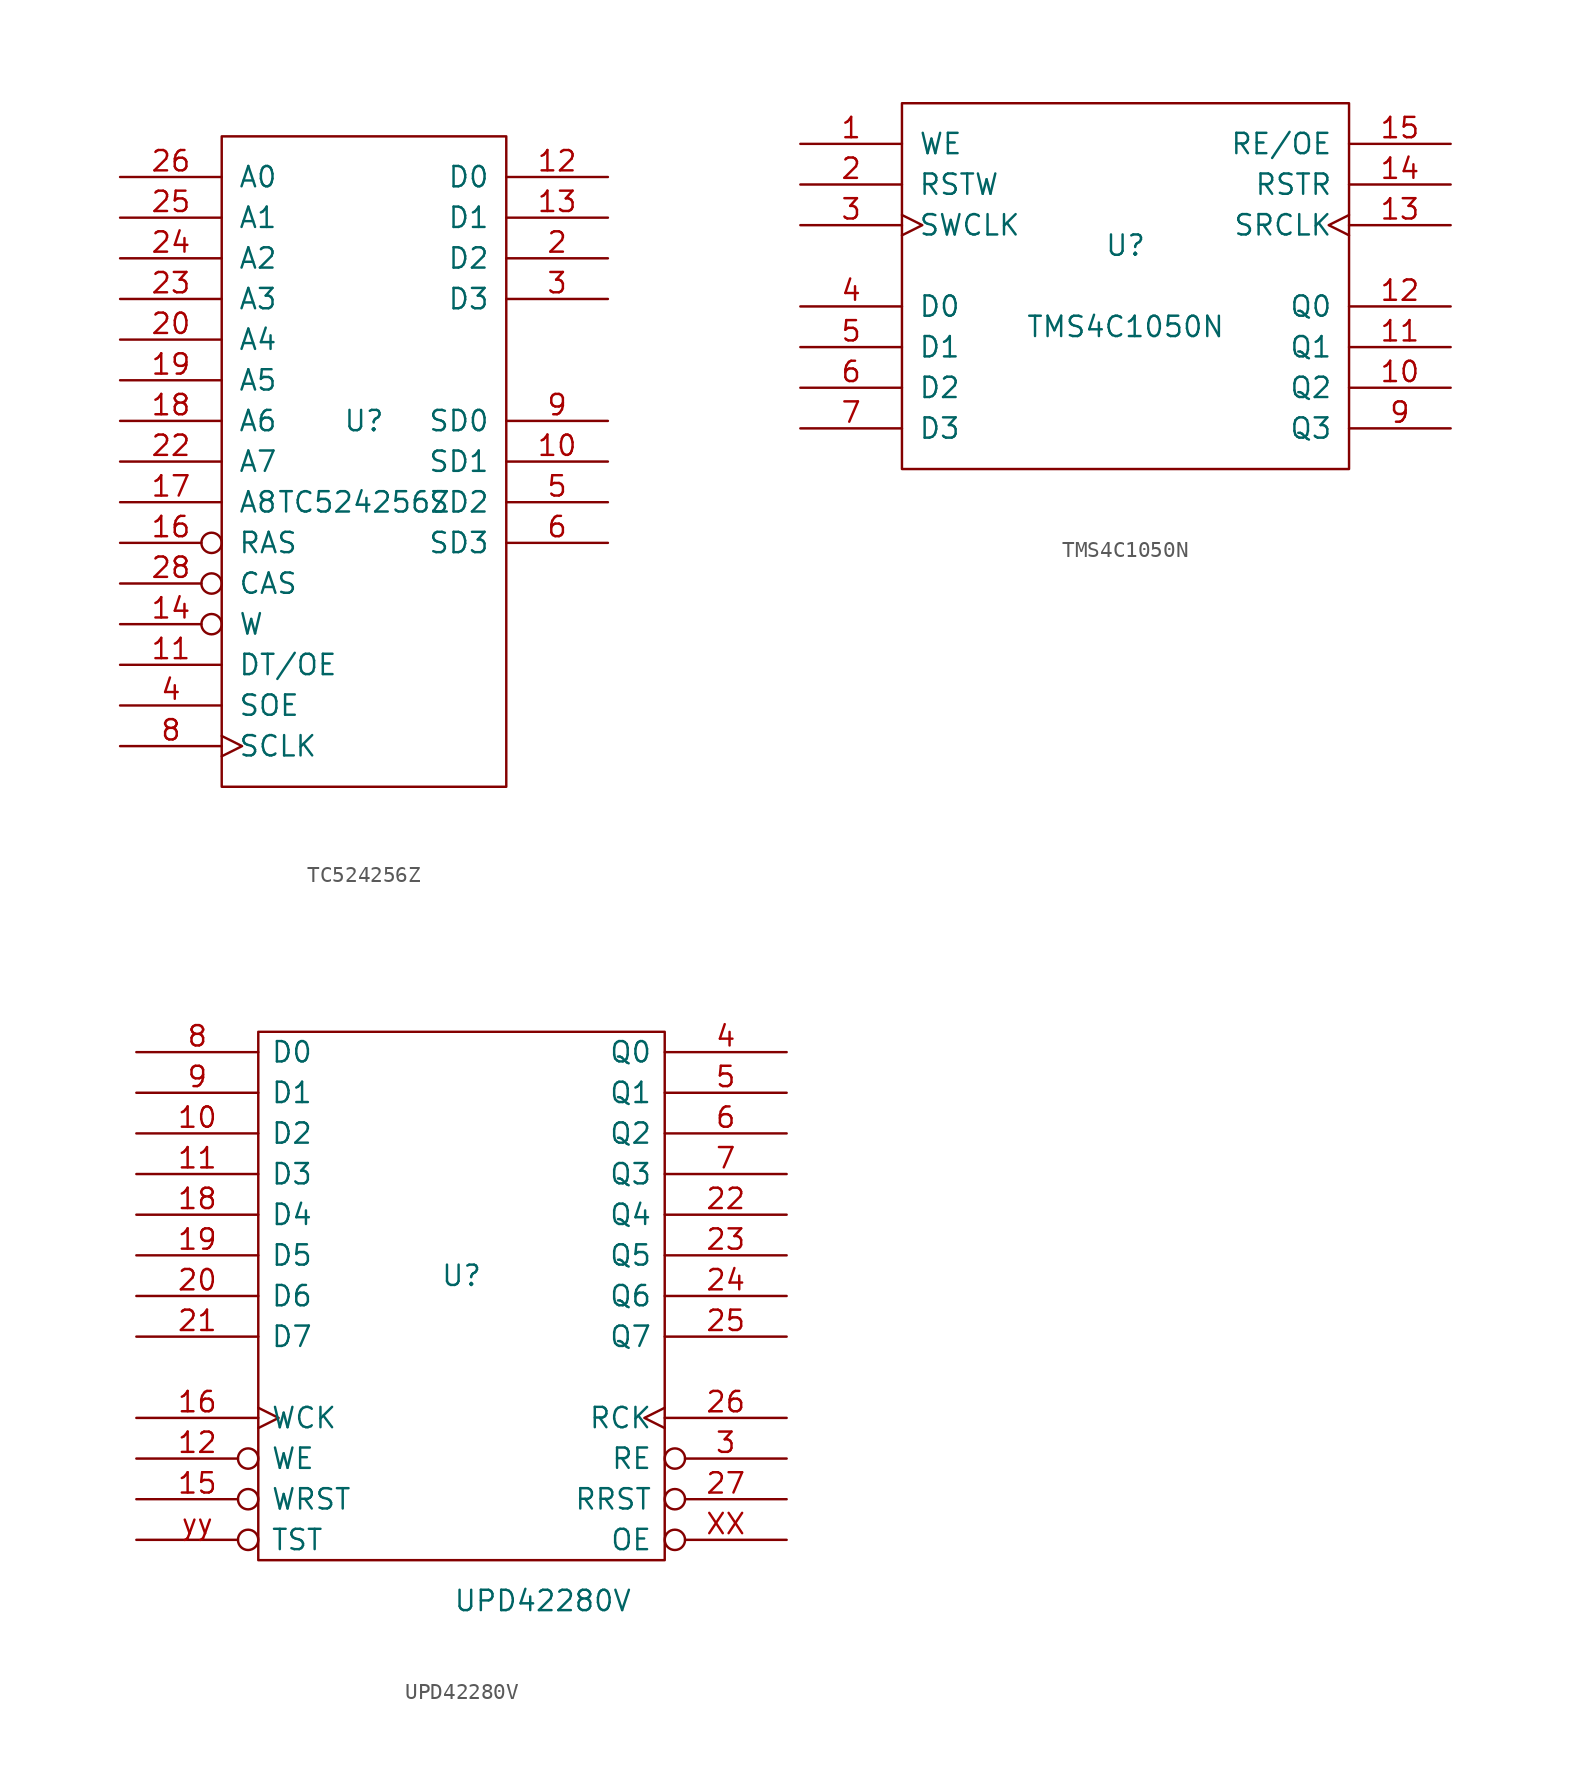
<source format=kicad_sym>
(kicad_symbol_lib
  (version 20231120)
  (generator "kicad_symbol_editor")
  (generator_version "8.0")
  (symbol "TC524256Z"
    (pin_names
      (offset 1.016))
    (property "Reference" "U"
      (at 0 2.54 0)
      (effects (font (size 1.27 1.27))))
    (property "Value" "TC524256Z"
      (at 0 -2.54 0)
      (effects (font (size 1.27 1.27))))
    (property "Footprint" ""
      (at 0 0 0)
      (effects (font (size 1.27 1.27))))
    (property "Datasheet" ""
      (at 0 0 0)
      (effects (font (size 1.27 1.27))))
    (symbol "TC524256Z_0_1"
      (rectangle (start -8.89 -20.32) (end 8.89 20.32) (stroke (width 0) (type solid)) (fill (type none))))
    (symbol "TC524256Z_1_1"
      (pin tri_state line (at 15.24 0 180) (length 6.35) (name "SD1" (effects (font (size 1.27 1.27)))) (number "10" (effects (font (size 1.27 1.27)))))
      (pin input line (at -15.24 -12.7 0) (length 6.35) (name "DT/OE" (effects (font (size 1.27 1.27)))) (number "11" (effects (font (size 1.27 1.27)))))
      (pin tri_state line (at 15.24 17.78 180) (length 6.35) (name "D0" (effects (font (size 1.27 1.27)))) (number "12" (effects (font (size 1.27 1.27)))))
      (pin tri_state line (at 15.24 15.24 180) (length 6.35) (name "D1" (effects (font (size 1.27 1.27)))) (number "13" (effects (font (size 1.27 1.27)))))
      (pin input inverted (at -15.24 -10.16 0) (length 6.35) (name "W" (effects (font (size 1.27 1.27)))) (number "14" (effects (font (size 1.27 1.27)))))
      (pin input inverted (at -15.24 -5.08 0) (length 6.35) (name "RAS" (effects (font (size 1.27 1.27)))) (number "16" (effects (font (size 1.27 1.27)))))
      (pin input line (at -15.24 -2.54 0) (length 6.35) (name "A8" (effects (font (size 1.27 1.27)))) (number "17" (effects (font (size 1.27 1.27)))))
      (pin input line (at -15.24 2.54 0) (length 6.35) (name "A6" (effects (font (size 1.27 1.27)))) (number "18" (effects (font (size 1.27 1.27)))))
      (pin input line (at -15.24 5.08 0) (length 6.35) (name "A5" (effects (font (size 1.27 1.27)))) (number "19" (effects (font (size 1.27 1.27)))))
      (pin tri_state line (at 15.24 12.7 180) (length 6.35) (name "D2" (effects (font (size 1.27 1.27)))) (number "2" (effects (font (size 1.27 1.27)))))
      (pin input line (at -15.24 7.62 0) (length 6.35) (name "A4" (effects (font (size 1.27 1.27)))) (number "20" (effects (font (size 1.27 1.27)))))
      (pin power_in line (at 1.27 20.32 90) (length 0) hide (name "VCC" (effects (font (size 1.27 1.27)))) (number "21" (effects (font (size 1.27 1.27)))))
      (pin input line (at -15.24 0 0) (length 6.35) (name "A7" (effects (font (size 1.27 1.27)))) (number "22" (effects (font (size 1.27 1.27)))))
      (pin input line (at -15.24 10.16 0) (length 6.35) (name "A3" (effects (font (size 1.27 1.27)))) (number "23" (effects (font (size 1.27 1.27)))))
      (pin input line (at -15.24 12.7 0) (length 6.35) (name "A2" (effects (font (size 1.27 1.27)))) (number "24" (effects (font (size 1.27 1.27)))))
      (pin input line (at -15.24 15.24 0) (length 6.35) (name "A1" (effects (font (size 1.27 1.27)))) (number "25" (effects (font (size 1.27 1.27)))))
      (pin input line (at -15.24 17.78 0) (length 6.35) (name "A0" (effects (font (size 1.27 1.27)))) (number "26" (effects (font (size 1.27 1.27)))))
      (pin input inverted (at -15.24 -7.62 0) (length 6.35) (name "CAS" (effects (font (size 1.27 1.27)))) (number "28" (effects (font (size 1.27 1.27)))))
      (pin tri_state line (at 15.24 10.16 180) (length 6.35) (name "D3" (effects (font (size 1.27 1.27)))) (number "3" (effects (font (size 1.27 1.27)))))
      (pin input line (at -15.24 -15.24 0) (length 6.35) (name "SOE" (effects (font (size 1.27 1.27)))) (number "4" (effects (font (size 1.27 1.27)))))
      (pin tri_state line (at 15.24 -2.54 180) (length 6.35) (name "SD2" (effects (font (size 1.27 1.27)))) (number "5" (effects (font (size 1.27 1.27)))))
      (pin tri_state line (at 15.24 -5.08 180) (length 6.35) (name "SD3" (effects (font (size 1.27 1.27)))) (number "6" (effects (font (size 1.27 1.27)))))
      (pin power_in line (at 1.27 -20.32 90) (length 0) hide (name "VSS" (effects (font (size 1.27 1.27)))) (number "7" (effects (font (size 1.27 1.27)))))
      (pin input clock (at -15.24 -17.78 0) (length 6.35) (name "SCLK" (effects (font (size 1.27 1.27)))) (number "8" (effects (font (size 1.27 1.27)))))
      (pin tri_state line (at 15.24 2.54 180) (length 6.35) (name "SD0" (effects (font (size 1.27 1.27)))) (number "9" (effects (font (size 1.27 1.27)))))))
  (symbol "TMS4C1050N"
    (pin_names
      (offset 1.016))
    (property "Reference" "U"
      (at 0 2.54 0)
      (effects (font (size 1.27 1.27))))
    (property "Value" "TMS4C1050N"
      (at 0 -2.54 0)
      (effects (font (size 1.27 1.27))))
    (property "Footprint" ""
      (at 0 0 0)
      (effects (font (size 1.27 1.27))))
    (property "Datasheet" ""
      (at 0 0 0)
      (effects (font (size 1.27 1.27))))
    (symbol "TMS4C1050N_0_1"
      (rectangle (start -13.97 -11.43) (end 13.97 11.43) (stroke (width 0) (type solid)) (fill (type none))))
    (symbol "TMS4C1050N_1_1"
      (pin input line (at -20.32 8.89 0) (length 6.35) (name "WE" (effects (font (size 1.27 1.27)))) (number "1" (effects (font (size 1.27 1.27)))))
      (pin tri_state line (at 20.32 -6.35 180) (length 6.35) (name "Q2" (effects (font (size 1.27 1.27)))) (number "10" (effects (font (size 1.27 1.27)))))
      (pin tri_state line (at 20.32 -3.81 180) (length 6.35) (name "Q1" (effects (font (size 1.27 1.27)))) (number "11" (effects (font (size 1.27 1.27)))))
      (pin tri_state line (at 20.32 -1.27 180) (length 6.35) (name "Q0" (effects (font (size 1.27 1.27)))) (number "12" (effects (font (size 1.27 1.27)))))
      (pin input clock (at 20.32 3.81 180) (length 6.35) (name "SRCLK" (effects (font (size 1.27 1.27)))) (number "13" (effects (font (size 1.27 1.27)))))
      (pin input line (at 20.32 6.35 180) (length 6.35) (name "RSTR" (effects (font (size 1.27 1.27)))) (number "14" (effects (font (size 1.27 1.27)))))
      (pin input line (at 20.32 8.89 180) (length 6.35) (name "RE/OE" (effects (font (size 1.27 1.27)))) (number "15" (effects (font (size 1.27 1.27)))))
      (pin power_in line (at -13.97 10.16 90) (length 1.27) hide (name "VCC" (effects (font (size 1.27 1.27)))) (number "16" (effects (font (size 1.27 1.27)))))
      (pin input line (at -20.32 6.35 0) (length 6.35) (name "RSTW" (effects (font (size 1.27 1.27)))) (number "2" (effects (font (size 1.27 1.27)))))
      (pin input clock (at -20.32 3.81 0) (length 6.35) (name "SWCLK" (effects (font (size 1.27 1.27)))) (number "3" (effects (font (size 1.27 1.27)))))
      (pin input line (at -20.32 -1.27 0) (length 6.35) (name "D0" (effects (font (size 1.27 1.27)))) (number "4" (effects (font (size 1.27 1.27)))))
      (pin input line (at -20.32 -3.81 0) (length 6.35) (name "D1" (effects (font (size 1.27 1.27)))) (number "5" (effects (font (size 1.27 1.27)))))
      (pin input line (at -20.32 -6.35 0) (length 6.35) (name "D2" (effects (font (size 1.27 1.27)))) (number "6" (effects (font (size 1.27 1.27)))))
      (pin input line (at -20.32 -8.89 0) (length 6.35) (name "D3" (effects (font (size 1.27 1.27)))) (number "7" (effects (font (size 1.27 1.27)))))
      (pin power_in line (at -13.97 -12.7 90) (length 1.27) hide (name "GND" (effects (font (size 1.27 1.27)))) (number "8" (effects (font (size 1.27 1.27)))))
      (pin tri_state line (at 20.32 -8.89 180) (length 6.35) (name "Q3" (effects (font (size 1.27 1.27)))) (number "9" (effects (font (size 1.27 1.27)))))))
  (symbol "UPD42280V"
    (pin_names
      (offset 0.762))
    (property "Reference" "U"
      (at 0 0 0)
      (effects (font (size 1.27 1.27))))
    (property "Value" "UPD42280V"
      (at 5.08 -20.32 0)
      (effects (font (size 1.27 1.27))))
    (property "Footprint" ""
      (at 0 0 0)
      (effects (font (size 1.27 1.27))))
    (property "Datasheet" ""
      (at 0 0 0)
      (effects (font (size 1.27 1.27))))
    (symbol "UPD42280V_0_1"
      (rectangle (start -12.7 15.24) (end 12.7 -17.78) (stroke (width 0) (type solid)) (fill (type none))))
    (symbol "UPD42280V_1_1"
      (pin power_in line (at -2.54 -17.78 90) (length 0) hide (name "GND" (effects (font (size 1.27 1.27)))) (number "1" (effects (font (size 1.27 1.27)))))
      (pin input line (at -20.32 8.89 0) (length 7.62) (name "D2" (effects (font (size 1.27 1.27)))) (number "10" (effects (font (size 1.27 1.27)))))
      (pin input line (at -20.32 6.35 0) (length 7.62) (name "D3" (effects (font (size 1.27 1.27)))) (number "11" (effects (font (size 1.27 1.27)))))
      (pin input inverted (at -20.32 -11.43 0) (length 7.62) (name "WE" (effects (font (size 1.27 1.27)))) (number "12" (effects (font (size 1.27 1.27)))))
      (pin power_in line (at 0 -17.78 90) (length 0) hide (name "GND" (effects (font (size 1.27 1.27)))) (number "14" (effects (font (size 1.27 1.27)))))
      (pin input inverted (at -20.32 -13.97 0) (length 7.62) (name "WRST" (effects (font (size 1.27 1.27)))) (number "15" (effects (font (size 1.27 1.27)))))
      (pin input clock (at -20.32 -8.89 0) (length 7.62) (name "WCK" (effects (font (size 1.27 1.27)))) (number "16" (effects (font (size 1.27 1.27)))))
      (pin input line (at -20.32 3.81 0) (length 7.62) (name "D4" (effects (font (size 1.27 1.27)))) (number "18" (effects (font (size 1.27 1.27)))))
      (pin input line (at -20.32 1.27 0) (length 7.62) (name "D5" (effects (font (size 1.27 1.27)))) (number "19" (effects (font (size 1.27 1.27)))))
      (pin input line (at -20.32 -1.27 0) (length 7.62) (name "D6" (effects (font (size 1.27 1.27)))) (number "20" (effects (font (size 1.27 1.27)))))
      (pin input line (at -20.32 -3.81 0) (length 7.62) (name "D7" (effects (font (size 1.27 1.27)))) (number "21" (effects (font (size 1.27 1.27)))))
      (pin tri_state line (at 20.32 3.81 180) (length 7.62) (name "Q4" (effects (font (size 1.27 1.27)))) (number "22" (effects (font (size 1.27 1.27)))))
      (pin tri_state line (at 20.32 1.27 180) (length 7.62) (name "Q5" (effects (font (size 1.27 1.27)))) (number "23" (effects (font (size 1.27 1.27)))))
      (pin tri_state line (at 20.32 -1.27 180) (length 7.62) (name "Q6" (effects (font (size 1.27 1.27)))) (number "24" (effects (font (size 1.27 1.27)))))
      (pin tri_state line (at 20.32 -3.81 180) (length 7.62) (name "Q7" (effects (font (size 1.27 1.27)))) (number "25" (effects (font (size 1.27 1.27)))))
      (pin input clock (at 20.32 -8.89 180) (length 7.62) (name "RCK" (effects (font (size 1.27 1.27)))) (number "26" (effects (font (size 1.27 1.27)))))
      (pin input inverted (at 20.32 -13.97 180) (length 7.62) (name "RRST" (effects (font (size 1.27 1.27)))) (number "27" (effects (font (size 1.27 1.27)))))
      (pin power_in line (at 0 15.24 270) (length 0) hide (name "VCC" (effects (font (size 1.27 1.27)))) (number "28" (effects (font (size 1.27 1.27)))))
      (pin input inverted (at 20.32 -11.43 180) (length 7.62) (name "RE" (effects (font (size 1.27 1.27)))) (number "3" (effects (font (size 1.27 1.27)))))
      (pin tri_state line (at 20.32 13.97 180) (length 7.62) (name "Q0" (effects (font (size 1.27 1.27)))) (number "4" (effects (font (size 1.27 1.27)))))
      (pin tri_state line (at 20.32 11.43 180) (length 7.62) (name "Q1" (effects (font (size 1.27 1.27)))) (number "5" (effects (font (size 1.27 1.27)))))
      (pin tri_state line (at 20.32 8.89 180) (length 7.62) (name "Q2" (effects (font (size 1.27 1.27)))) (number "6" (effects (font (size 1.27 1.27)))))
      (pin tri_state line (at 20.32 6.35 180) (length 7.62) (name "Q3" (effects (font (size 1.27 1.27)))) (number "7" (effects (font (size 1.27 1.27)))))
      (pin input line (at -20.32 13.97 0) (length 7.62) (name "D0" (effects (font (size 1.27 1.27)))) (number "8" (effects (font (size 1.27 1.27)))))
      (pin input line (at -20.32 11.43 0) (length 7.62) (name "D1" (effects (font (size 1.27 1.27)))) (number "9" (effects (font (size 1.27 1.27)))))
      (pin input inverted (at 20.32 -16.51 180) (length 7.62) (name "OE" (effects (font (size 1.27 1.27)))) (number "XX" (effects (font (size 1.27 1.27)))))
      (pin input inverted (at -20.32 -16.51 0) (length 7.62) (name "TST" (effects (font (size 1.27 1.27)))) (number "yy" (effects (font (size 1.27 1.27))))))))
</source>
